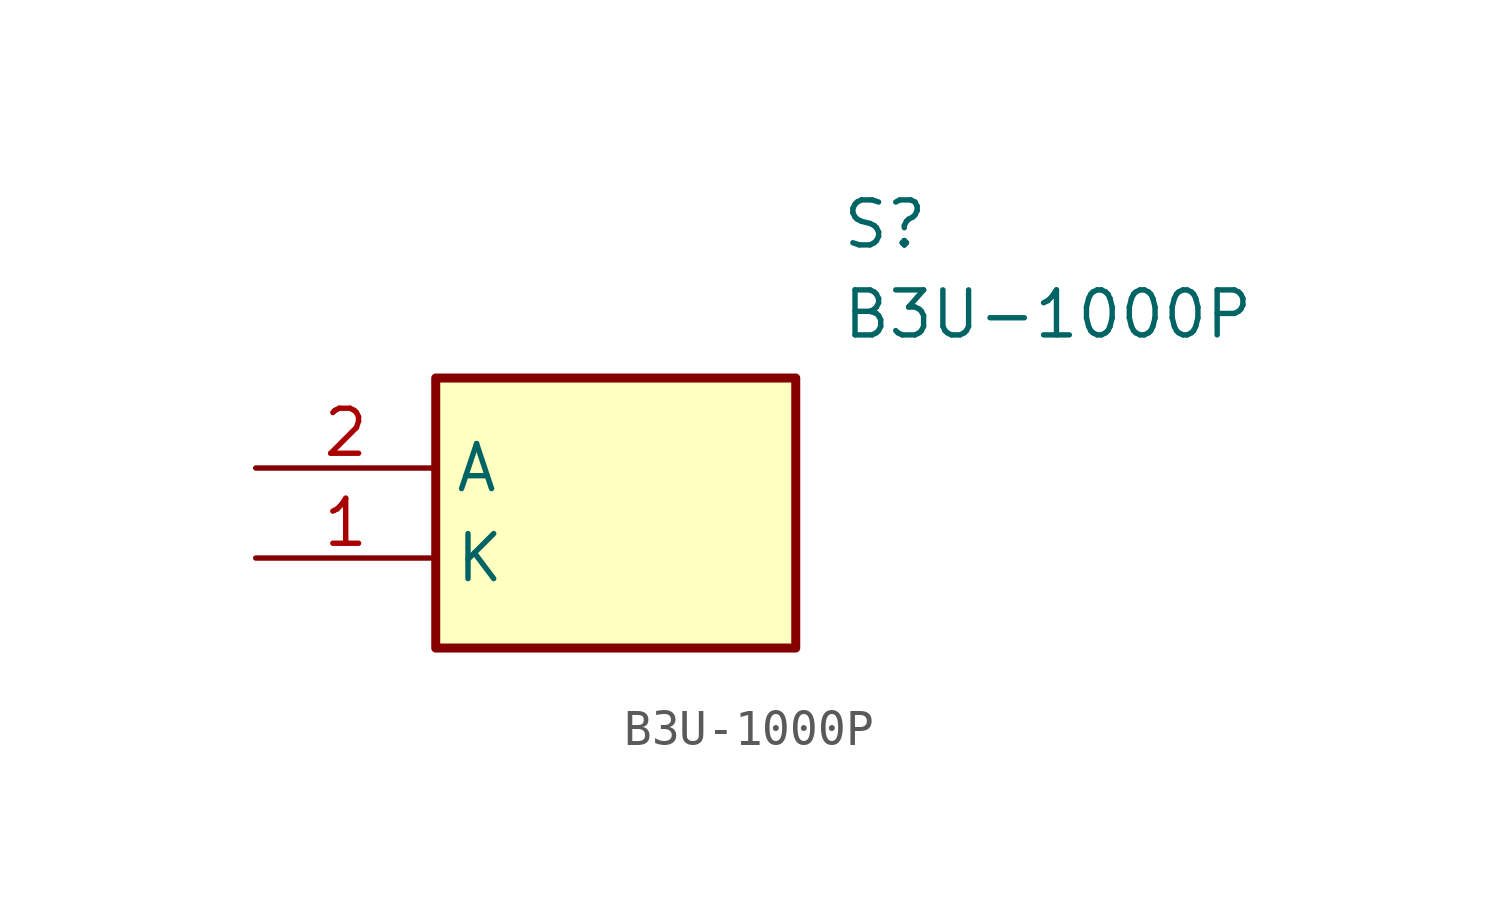
<source format=kicad_sym>
(kicad_symbol_lib
  (version 20211014)
  (generator SamacSys_ECAD_Model)
  (symbol "B3U-1000P"
    (property "Reference" "S"
      (at 16.51 7.62 0)
      (effects (font (size 1.27 1.27)) (justify left top)))
    (property "Value" "B3U-1000P"
      (at 16.51 5.08 0)
      (effects (font (size 1.27 1.27)) (justify left top)))
    (rectangle
      (start 5.08 2.54)
      (end 15.24 -5.08)
      (stroke (width 0.254) (type default))
      (fill (type background)))
    (pin passive line
      (at 0 -2.54 0)
      (length 5.08)
      (name "K" (effects (font (size 1.27 1.27))))
      (number "1" (effects (font (size 1.27 1.27)))))
    (pin passive line
      (at 0 0 0)
      (length 5.08)
      (name "A" (effects (font (size 1.27 1.27))))
      (number "2" (effects (font (size 1.27 1.27)))))))
</source>
